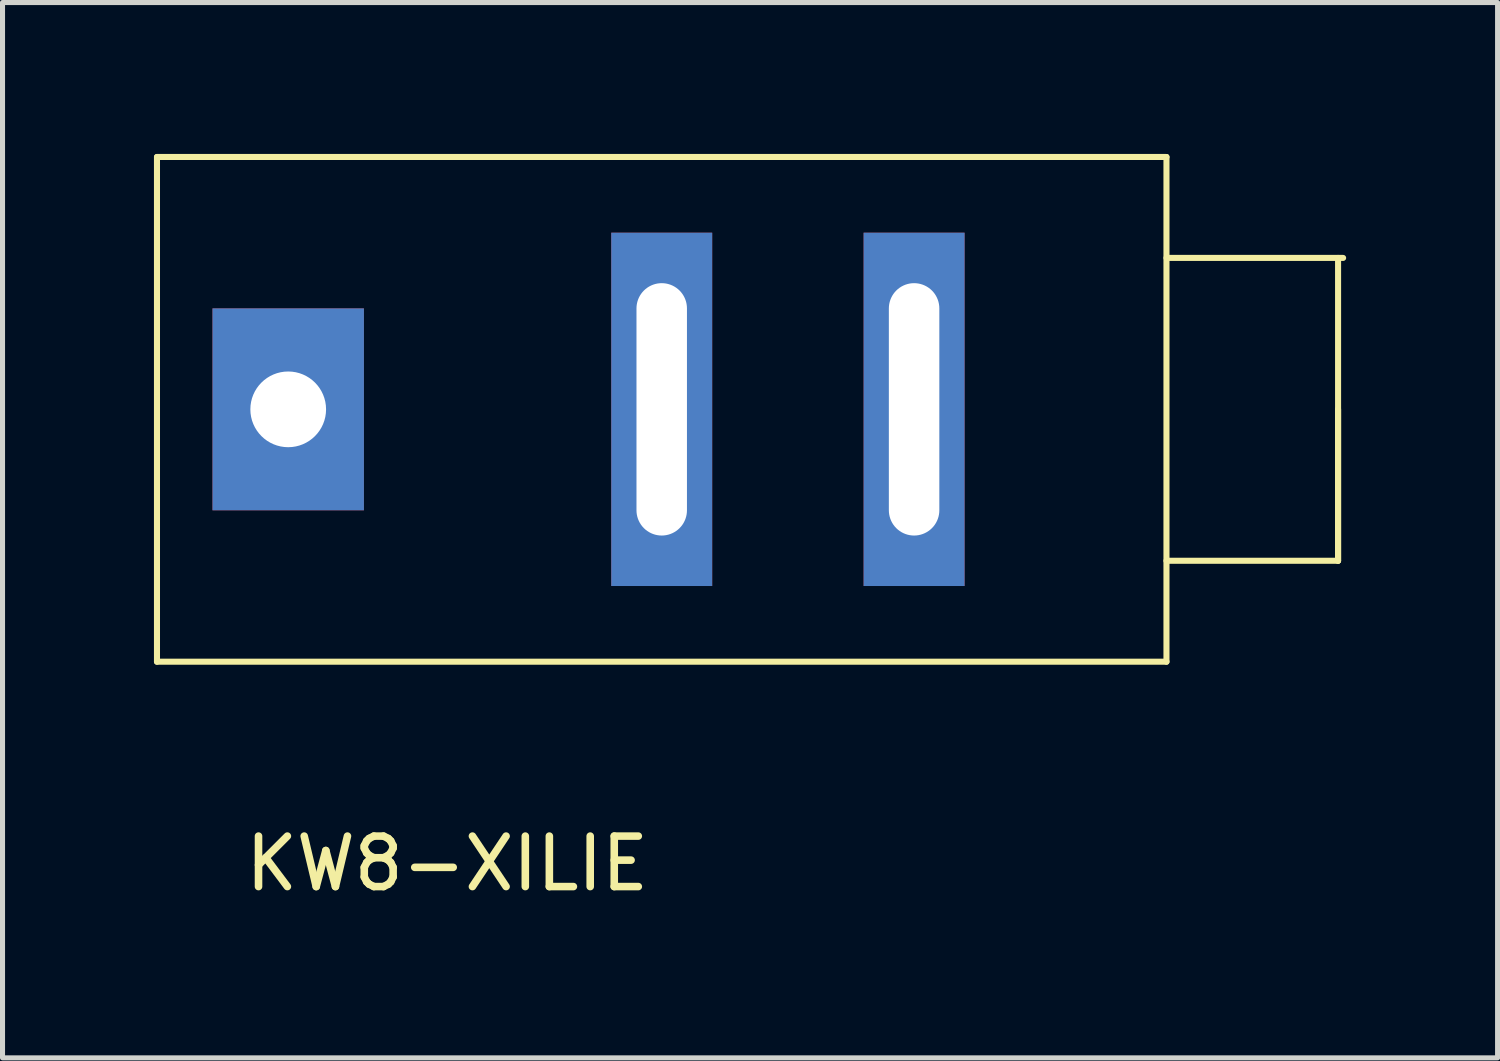
<source format=kicad_pcb>
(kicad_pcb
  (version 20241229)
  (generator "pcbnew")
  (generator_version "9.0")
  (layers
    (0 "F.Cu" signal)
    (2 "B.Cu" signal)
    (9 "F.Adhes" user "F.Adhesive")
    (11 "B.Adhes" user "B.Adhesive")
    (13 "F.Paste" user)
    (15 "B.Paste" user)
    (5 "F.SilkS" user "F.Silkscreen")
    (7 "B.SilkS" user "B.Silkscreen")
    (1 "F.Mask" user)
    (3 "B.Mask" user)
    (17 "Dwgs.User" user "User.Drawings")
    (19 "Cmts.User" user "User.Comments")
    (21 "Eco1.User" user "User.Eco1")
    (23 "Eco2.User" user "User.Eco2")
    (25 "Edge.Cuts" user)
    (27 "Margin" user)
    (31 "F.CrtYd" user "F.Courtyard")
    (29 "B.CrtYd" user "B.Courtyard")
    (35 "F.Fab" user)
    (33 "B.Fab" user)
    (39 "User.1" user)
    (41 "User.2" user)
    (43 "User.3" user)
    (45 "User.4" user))
  (footprint "KW8-XILIE"
    (layer "F.Cu")
    (at 5.81 13.56)
    (property "Reference" "KW8-XILIE" (at 0 0.5 0) (layer "F.SilkS") (effects (font (size 1 1) (thickness 0.15))))
    (attr through_hole)
    (fp_line (start -5.75 -13.5) (end 14.25 -13.5) (stroke (width 0.12) (type solid)) (layer "F.SilkS"))
    (fp_line (start -5.75 -3.5) (end -5.75 -13.5) (stroke (width 0.12) (type solid)) (layer "F.SilkS"))
    (fp_line (start 14.25 -13.5) (end 14.25 -3.5) (stroke (width 0.12) (type solid)) (layer "F.SilkS"))
    (fp_line (start 14.25 -3.5) (end -5.75 -3.5) (stroke (width 0.12) (type solid)) (layer "F.SilkS"))
    (fp_line (start 17.65 -8.5) (end 17.65 -5.5) (stroke (width 0.12) (type solid)) (layer "F.SilkS"))
    (fp_line (start 17.65 -5.5) (end 14.25 -5.5) (stroke (width 0.12) (type solid)) (layer "F.SilkS"))
    (fp_line (start 17.65 -5.5) (end 17.65 -11.5) (stroke (width 0.12) (type solid)) (layer "F.SilkS"))
    (fp_line (start 17.75 -11.5) (end 14.25 -11.5) (stroke (width 0.12) (type solid)) (layer "F.SilkS"))
    (pad "1" thru_hole rect (at -3.15 -8.5) (size 3 4) (drill oval 1.5) (layers "*.Cu" "*.Mask"))
    (pad "2" thru_hole rect (at 4.25 -8.5) (size 2 7) (drill oval 1 5) (layers "*.Cu" "*.Mask"))
    (pad "3" thru_hole rect (at 9.25 -8.5) (size 2 7) (drill oval 1 5) (layers "*.Cu" "*.Mask")))
  (gr_rect
    (start -3 -3)
    (end 26.62 17.908)
    (stroke (width 0.1) (type default))
    (fill no)
    (layer "Edge.Cuts")))
</source>
